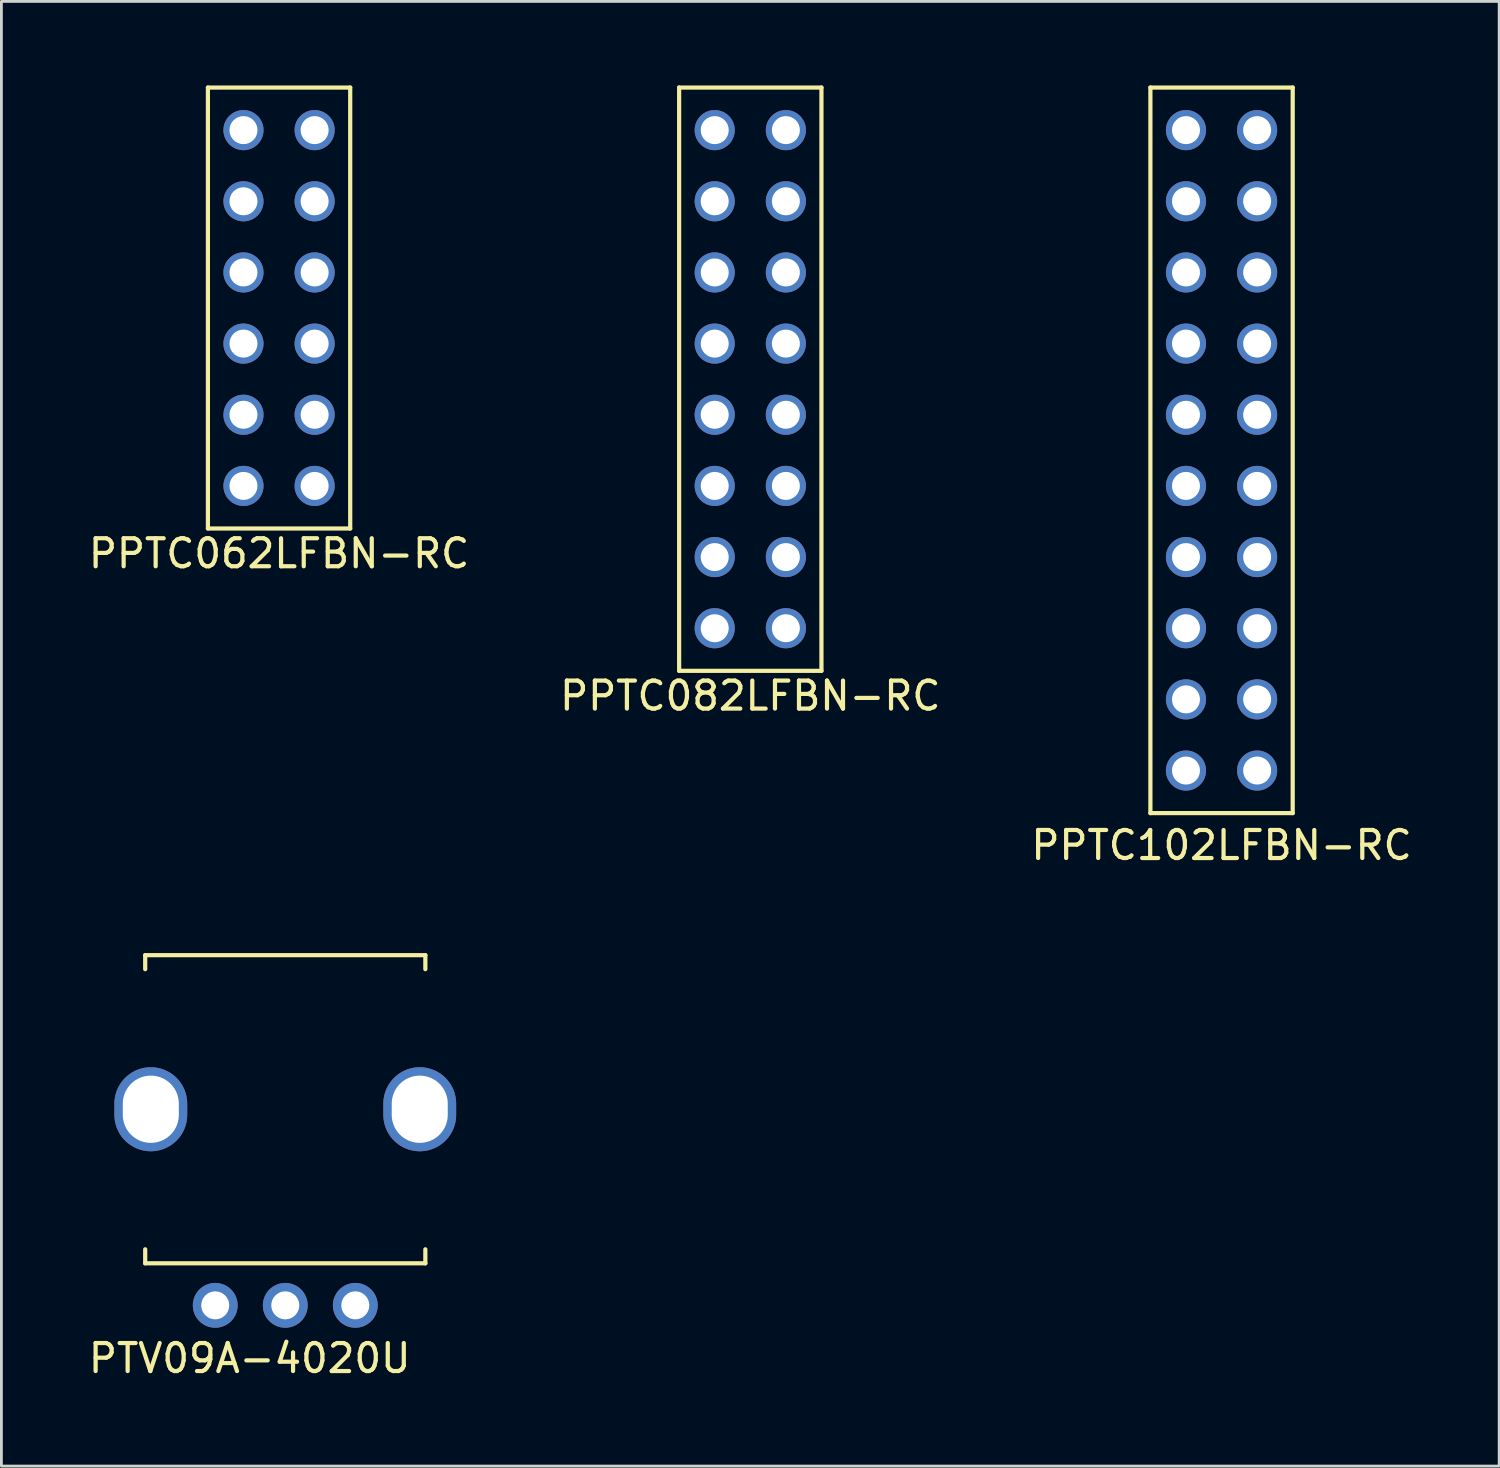
<source format=kicad_pcb>
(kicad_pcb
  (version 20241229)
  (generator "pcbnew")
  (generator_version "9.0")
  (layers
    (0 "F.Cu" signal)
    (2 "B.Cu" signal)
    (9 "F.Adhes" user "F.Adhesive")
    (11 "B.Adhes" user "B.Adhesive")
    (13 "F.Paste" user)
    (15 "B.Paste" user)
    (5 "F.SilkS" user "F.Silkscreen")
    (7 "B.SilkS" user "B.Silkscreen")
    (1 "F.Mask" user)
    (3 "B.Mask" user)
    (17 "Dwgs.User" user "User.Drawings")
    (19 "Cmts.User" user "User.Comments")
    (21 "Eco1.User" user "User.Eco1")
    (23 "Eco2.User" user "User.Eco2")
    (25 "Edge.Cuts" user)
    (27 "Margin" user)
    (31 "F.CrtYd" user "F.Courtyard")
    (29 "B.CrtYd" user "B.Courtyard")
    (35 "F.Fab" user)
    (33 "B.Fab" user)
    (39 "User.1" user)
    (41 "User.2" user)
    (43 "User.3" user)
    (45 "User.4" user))
  (footprint "PTV09A-4020U"
    (layer "F.Cu")
    (at 7.133 36.545)
    (property "Reference" "PTV09A-4020U" (at -1.27 8.89 0) (layer "F.SilkS") (effects (font (size 1 1) (thickness 0.15))))
    (attr through_hole)
    (fp_line (start -5 -5.5) (end -5 -5) (stroke (width 0.15) (type solid)) (layer "F.SilkS"))
    (fp_line (start -5 -5.5) (end 5 -5.5) (stroke (width 0.15) (type solid)) (layer "F.SilkS"))
    (fp_line (start -5 5) (end -5 5.5) (stroke (width 0.15) (type solid)) (layer "F.SilkS"))
    (fp_line (start -5 5.5) (end 5 5.5) (stroke (width 0.15) (type solid)) (layer "F.SilkS"))
    (fp_line (start 5 -5.5) (end 5 -5) (stroke (width 0.15) (type solid)) (layer "F.SilkS"))
    (fp_line (start 5 5) (end 5 5.5) (stroke (width 0.15) (type solid)) (layer "F.SilkS"))
    (pad "" thru_hole oval (at -4.8 0) (size 2.6 3) (drill oval 2 2.4) (layers "*.Cu" "*.Mask"))
    (pad "" thru_hole oval (at 4.8 0) (size 2.6 3) (drill oval 2 2.4) (layers "*.Cu" "*.Mask"))
    (pad "1" thru_hole circle (at -2.5 7) (size 1.6 1.6) (drill 1) (layers "*.Cu" "*.Mask"))
    (pad "2" thru_hole circle (at 0 7) (size 1.6 1.6) (drill 1) (layers "*.Cu" "*.Mask"))
    (pad "3" thru_hole circle (at 2.5 7) (size 1.6 1.6) (drill 1) (layers "*.Cu" "*.Mask")))
  (footprint "PPTC062LFBN-RC"
    (layer "F.Cu")
    (at 6.911 7.945)
    (property "Reference" "PPTC062LFBN-RC" (at 0 8.763 0) (layer "F.SilkS") (effects (font (size 1 1) (thickness 0.15))))
    (attr through_hole)
    (fp_line (start -2.54 -7.87) (end -2.54 7.87) (stroke (width 0.15) (type solid)) (layer "F.SilkS"))
    (fp_line (start -2.54 -7.87) (end 2.54 -7.87) (stroke (width 0.15) (type solid)) (layer "F.SilkS"))
    (fp_line (start -2.54 7.87) (end 2.54 7.87) (stroke (width 0.15) (type solid)) (layer "F.SilkS"))
    (fp_line (start 2.54 -7.87) (end 2.54 7.87) (stroke (width 0.15) (type solid)) (layer "F.SilkS"))
    (pad "1" thru_hole circle (at -1.27 6.35) (size 1.432 1.432) (drill 1) (layers "*.Cu" "*.Mask"))
    (pad "2" thru_hole circle (at 1.27 6.35) (size 1.432 1.432) (drill 1) (layers "*.Cu" "*.Mask"))
    (pad "3" thru_hole circle (at -1.27 3.81) (size 1.432 1.432) (drill 1) (layers "*.Cu" "*.Mask"))
    (pad "4" thru_hole circle (at 1.27 3.81) (size 1.432 1.432) (drill 1) (layers "*.Cu" "*.Mask"))
    (pad "5" thru_hole circle (at -1.27 1.27) (size 1.432 1.432) (drill 1) (layers "*.Cu" "*.Mask"))
    (pad "6" thru_hole circle (at 1.27 1.27) (size 1.432 1.432) (drill 1) (layers "*.Cu" "*.Mask"))
    (pad "7" thru_hole circle (at -1.27 -1.27) (size 1.432 1.432) (drill 1) (layers "*.Cu" "*.Mask"))
    (pad "8" thru_hole circle (at 1.27 -1.27) (size 1.432 1.432) (drill 1) (layers "*.Cu" "*.Mask"))
    (pad "9" thru_hole circle (at -1.27 -3.81) (size 1.432 1.432) (drill 1) (layers "*.Cu" "*.Mask"))
    (pad "10" thru_hole circle (at 1.27 -3.81) (size 1.432 1.432) (drill 1) (layers "*.Cu" "*.Mask"))
    (pad "11" thru_hole circle (at -1.27 -6.35) (size 1.432 1.432) (drill 1) (layers "*.Cu" "*.Mask"))
    (pad "12" thru_hole circle (at 1.27 -6.35) (size 1.432 1.432) (drill 1) (layers "*.Cu" "*.Mask")))
  (footprint "PPTC102LFBN-RC"
    (layer "F.Cu")
    (at 40.554 13.025)
    (property "Reference" "PPTC102LFBN-RC" (at 0 14.097 0) (layer "F.SilkS") (effects (font (size 1 1) (thickness 0.15))))
    (attr through_hole)
    (fp_line (start -2.54 -12.95) (end -2.54 12.95) (stroke (width 0.15) (type solid)) (layer "F.SilkS"))
    (fp_line (start -2.54 -12.95) (end 2.54 -12.95) (stroke (width 0.15) (type solid)) (layer "F.SilkS"))
    (fp_line (start -2.54 12.95) (end 2.54 12.95) (stroke (width 0.15) (type solid)) (layer "F.SilkS"))
    (fp_line (start 2.54 -12.95) (end 2.54 12.95) (stroke (width 0.15) (type solid)) (layer "F.SilkS"))
    (pad "1" thru_hole circle (at 1.27 -11.43) (size 1.432 1.432) (drill 1) (layers "*.Cu" "*.Mask"))
    (pad "2" thru_hole circle (at -1.27 -11.43) (size 1.432 1.432) (drill 1) (layers "*.Cu" "*.Mask"))
    (pad "3" thru_hole circle (at 1.27 -8.89) (size 1.432 1.432) (drill 1) (layers "*.Cu" "*.Mask"))
    (pad "4" thru_hole circle (at -1.27 -8.89) (size 1.432 1.432) (drill 1) (layers "*.Cu" "*.Mask"))
    (pad "5" thru_hole circle (at 1.27 -6.35) (size 1.432 1.432) (drill 1) (layers "*.Cu" "*.Mask"))
    (pad "6" thru_hole circle (at -1.27 -6.35) (size 1.432 1.432) (drill 1) (layers "*.Cu" "*.Mask"))
    (pad "7" thru_hole circle (at 1.27 -3.81) (size 1.432 1.432) (drill 1) (layers "*.Cu" "*.Mask"))
    (pad "8" thru_hole circle (at -1.27 -3.81) (size 1.432 1.432) (drill 1) (layers "*.Cu" "*.Mask"))
    (pad "9" thru_hole circle (at 1.27 -1.27) (size 1.432 1.432) (drill 1) (layers "*.Cu" "*.Mask"))
    (pad "10" thru_hole circle (at -1.27 -1.27) (size 1.432 1.432) (drill 1) (layers "*.Cu" "*.Mask"))
    (pad "11" thru_hole circle (at 1.27 1.27) (size 1.432 1.432) (drill 1) (layers "*.Cu" "*.Mask"))
    (pad "12" thru_hole circle (at -1.27 1.27) (size 1.432 1.432) (drill 1) (layers "*.Cu" "*.Mask"))
    (pad "13" thru_hole circle (at 1.27 3.81) (size 1.432 1.432) (drill 1) (layers "*.Cu" "*.Mask"))
    (pad "14" thru_hole circle (at -1.27 3.81) (size 1.432 1.432) (drill 1) (layers "*.Cu" "*.Mask"))
    (pad "15" thru_hole circle (at 1.27 6.35) (size 1.432 1.432) (drill 1) (layers "*.Cu" "*.Mask"))
    (pad "16" thru_hole circle (at -1.27 6.35) (size 1.432 1.432) (drill 1) (layers "*.Cu" "*.Mask"))
    (pad "17" thru_hole circle (at 1.27 8.89) (size 1.432 1.432) (drill 1) (layers "*.Cu" "*.Mask"))
    (pad "18" thru_hole circle (at -1.27 8.89) (size 1.432 1.432) (drill 1) (layers "*.Cu" "*.Mask"))
    (pad "19" thru_hole circle (at 1.27 11.43) (size 1.432 1.432) (drill 1) (layers "*.Cu" "*.Mask"))
    (pad "20" thru_hole circle (at -1.27 11.43) (size 1.432 1.432) (drill 1) (layers "*.Cu" "*.Mask")))
  (footprint "PPTC082LFBN-RC"
    (layer "F.Cu")
    (at 23.732 10.485)
    (property "Reference" "PPTC082LFBN-RC" (at 0 11.303 0) (layer "F.SilkS") (effects (font (size 1 1) (thickness 0.15))))
    (attr through_hole)
    (fp_line (start -2.54 -10.41) (end -2.54 10.41) (stroke (width 0.15) (type solid)) (layer "F.SilkS"))
    (fp_line (start -2.54 -10.41) (end 2.54 -10.41) (stroke (width 0.15) (type solid)) (layer "F.SilkS"))
    (fp_line (start -2.54 10.41) (end 2.54 10.41) (stroke (width 0.15) (type solid)) (layer "F.SilkS"))
    (fp_line (start 2.54 -10.41) (end 2.54 10.41) (stroke (width 0.15) (type solid)) (layer "F.SilkS"))
    (pad "1" thru_hole circle (at 1.27 -8.89) (size 1.432 1.432) (drill 1) (layers "*.Cu" "*.Mask"))
    (pad "2" thru_hole circle (at -1.27 -8.89) (size 1.432 1.432) (drill 1) (layers "*.Cu" "*.Mask"))
    (pad "3" thru_hole circle (at 1.27 -6.35) (size 1.432 1.432) (drill 1) (layers "*.Cu" "*.Mask"))
    (pad "4" thru_hole circle (at -1.27 -6.35) (size 1.432 1.432) (drill 1) (layers "*.Cu" "*.Mask"))
    (pad "5" thru_hole circle (at 1.27 -3.81) (size 1.432 1.432) (drill 1) (layers "*.Cu" "*.Mask"))
    (pad "6" thru_hole circle (at -1.27 -3.81) (size 1.432 1.432) (drill 1) (layers "*.Cu" "*.Mask"))
    (pad "7" thru_hole circle (at 1.27 -1.27) (size 1.432 1.432) (drill 1) (layers "*.Cu" "*.Mask"))
    (pad "8" thru_hole circle (at -1.27 -1.27) (size 1.432 1.432) (drill 1) (layers "*.Cu" "*.Mask"))
    (pad "9" thru_hole circle (at 1.27 1.27) (size 1.432 1.432) (drill 1) (layers "*.Cu" "*.Mask"))
    (pad "10" thru_hole circle (at -1.27 1.27) (size 1.432 1.432) (drill 1) (layers "*.Cu" "*.Mask"))
    (pad "11" thru_hole circle (at 1.27 3.81) (size 1.432 1.432) (drill 1) (layers "*.Cu" "*.Mask"))
    (pad "12" thru_hole circle (at -1.27 3.81) (size 1.432 1.432) (drill 1) (layers "*.Cu" "*.Mask"))
    (pad "13" thru_hole circle (at 1.27 6.35) (size 1.432 1.432) (drill 1) (layers "*.Cu" "*.Mask"))
    (pad "14" thru_hole circle (at -1.27 6.35) (size 1.432 1.432) (drill 1) (layers "*.Cu" "*.Mask"))
    (pad "15" thru_hole circle (at 1.27 8.89) (size 1.432 1.432) (drill 1) (layers "*.Cu" "*.Mask"))
    (pad "16" thru_hole circle (at -1.27 8.89) (size 1.432 1.432) (drill 1) (layers "*.Cu" "*.Mask")))
  (gr_rect
    (start -3 -3)
    (end 50.464 49.283)
    (stroke (width 0.1) (type default))
    (fill no)
    (layer "Edge.Cuts")))
</source>
